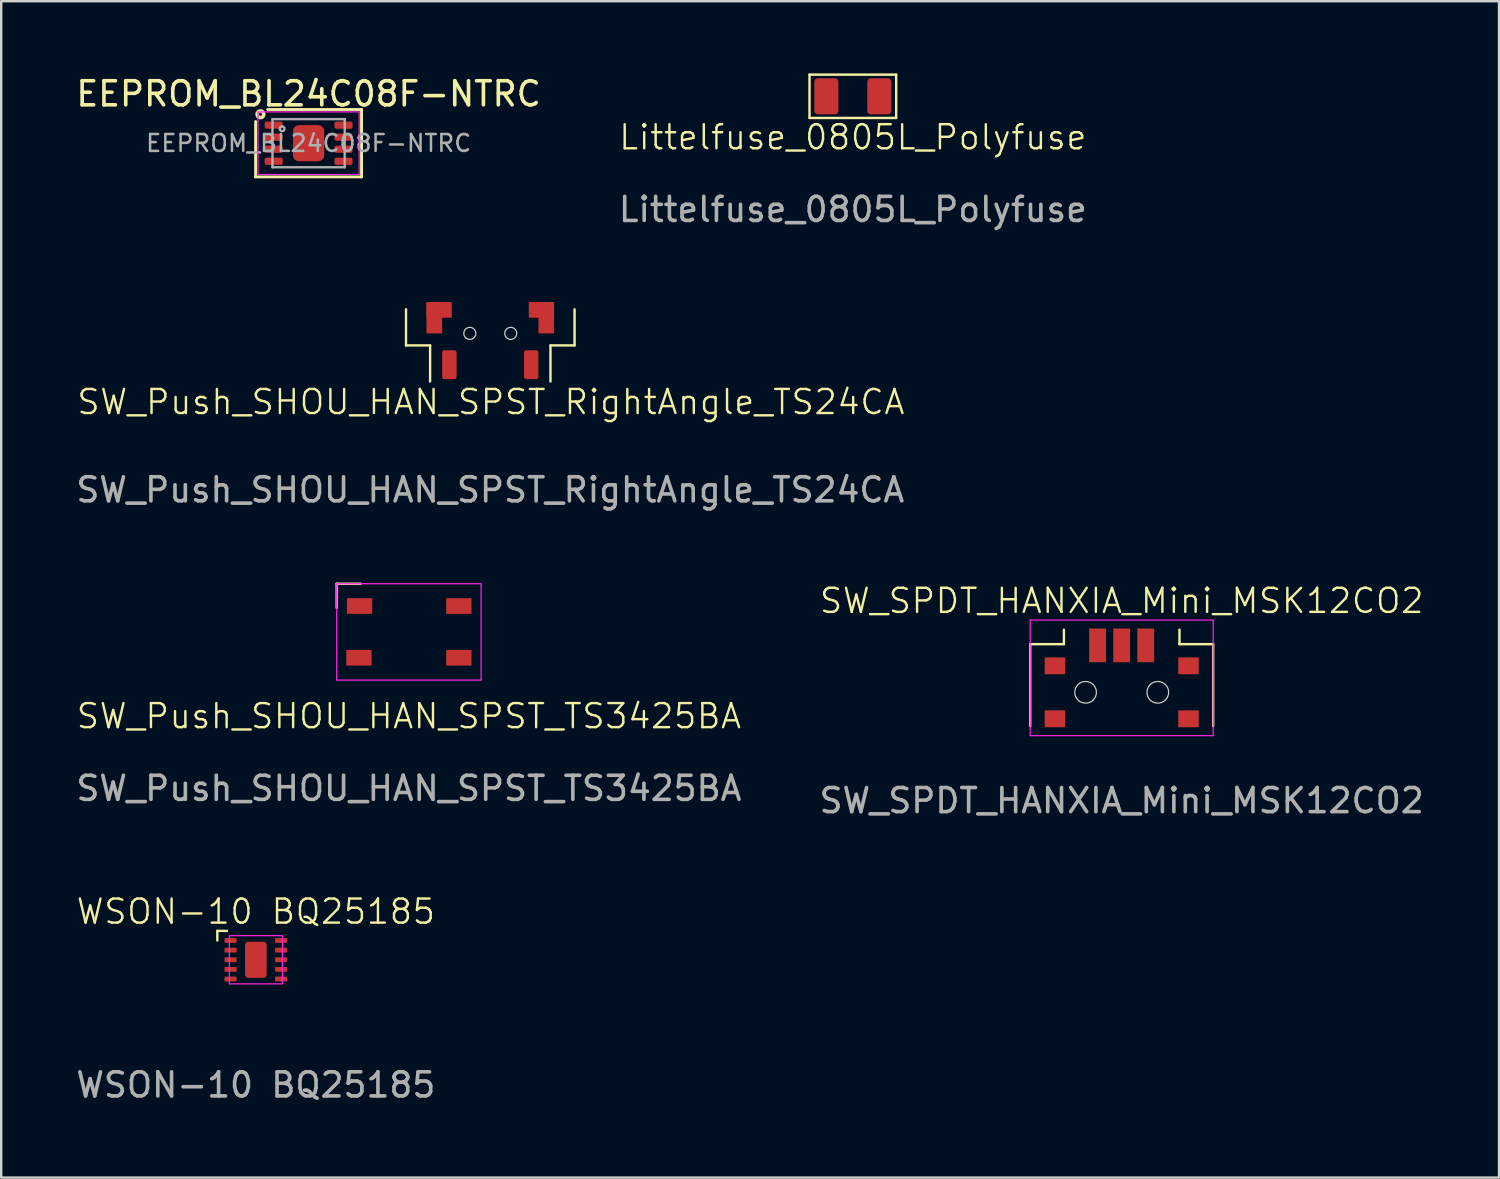
<source format=kicad_pcb>
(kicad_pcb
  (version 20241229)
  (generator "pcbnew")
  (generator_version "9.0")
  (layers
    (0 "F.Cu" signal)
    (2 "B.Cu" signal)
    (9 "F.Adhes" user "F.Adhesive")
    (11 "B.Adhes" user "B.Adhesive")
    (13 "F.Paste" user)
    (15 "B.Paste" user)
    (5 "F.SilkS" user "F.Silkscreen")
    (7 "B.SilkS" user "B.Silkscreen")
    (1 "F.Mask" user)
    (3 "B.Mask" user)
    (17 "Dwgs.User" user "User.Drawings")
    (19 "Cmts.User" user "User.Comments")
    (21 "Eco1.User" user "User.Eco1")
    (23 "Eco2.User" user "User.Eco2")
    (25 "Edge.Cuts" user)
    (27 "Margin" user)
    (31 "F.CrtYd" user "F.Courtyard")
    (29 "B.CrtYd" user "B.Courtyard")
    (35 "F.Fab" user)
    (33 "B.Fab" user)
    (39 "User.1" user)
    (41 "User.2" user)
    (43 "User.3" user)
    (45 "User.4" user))
  (footprint "EEPROM_BL24C08F-NTRC"
    (layer "F.Cu")
    (at 9.768 2.898)
    (property "Reference" "EEPROM_BL24C08F-NTRC" (at 0 -2.05 0) (layer "F.SilkS") (effects (font (size 1 1) (thickness 0.15))))
    (attr smd)
    (fp_line (start -2.2 1.4) (end -2.2 -0.9) (stroke (width 0.12) (type solid)) (layer "F.SilkS"))
    (fp_line (start -1.7 -1.4) (end 2.2 -1.4) (stroke (width 0.12) (type solid)) (layer "F.SilkS"))
    (fp_line (start 2.2 -1.4) (end 2.2 1.4) (stroke (width 0.12) (type solid)) (layer "F.SilkS"))
    (fp_line (start 2.2 1.4) (end -2.2 1.4) (stroke (width 0.12) (type solid)) (layer "F.SilkS"))
    (fp_circle (center -2 -1.2) (end -1.937 -1.2) (stroke (width 0.15) (type solid)) (fill no) (layer "F.SilkS"))
    (fp_line (start -2.1 -1.3) (end -2.1 1.3) (stroke (width 0.05) (type solid)) (layer "F.CrtYd"))
    (fp_line (start -2.1 -1.3) (end 2.1 -1.3) (stroke (width 0.05) (type solid)) (layer "F.CrtYd"))
    (fp_line (start -2.1 1.3) (end 2.1 1.3) (stroke (width 0.05) (type solid)) (layer "F.CrtYd"))
    (fp_line (start 2.1 -1.3) (end 2.1 1.3) (stroke (width 0.05) (type solid)) (layer "F.CrtYd"))
    (fp_line (start -1.5 -1) (end 1.5 -1) (stroke (width 0.1) (type solid)) (layer "F.Fab"))
    (fp_line (start -1.5 1) (end -1.5 -1) (stroke (width 0.1) (type solid)) (layer "F.Fab"))
    (fp_line (start 1.5 -1) (end 1.5 1) (stroke (width 0.1) (type solid)) (layer "F.Fab"))
    (fp_line (start 1.5 1) (end -1.5 1) (stroke (width 0.1) (type solid)) (layer "F.Fab"))
    (fp_circle (center -1.1 -0.6) (end -1 -0.6) (stroke (width 0.1) (type solid)) (fill no) (layer "F.Fab"))
    (fp_text user "${REFERENCE}" (at 0 0 0) (layer "F.Fab") (effects (font (size 0.7 0.7) (thickness 0.105))))
    (pad "" smd roundrect (at -0.325 -0.375) (size 0.5 0.6) (layers "F.Paste") (roundrect_rratio 0.25))
    (pad "" smd roundrect (at -0.325 0.375) (size 0.5 0.6) (layers "F.Paste") (roundrect_rratio 0.25))
    (pad "" smd roundrect (at 0.325 -0.375) (size 0.5 0.6) (layers "F.Paste") (roundrect_rratio 0.25))
    (pad "" smd roundrect (at 0.325 0.375) (size 0.5 0.6) (layers "F.Paste") (roundrect_rratio 0.25))
    (pad "1" smd roundrect (at -1.45 -0.75) (size 0.75 0.3) (layers "F.Cu" "F.Mask" "F.Paste") (roundrect_rratio 0.25))
    (pad "2" smd roundrect (at -1.45 -0.25) (size 0.75 0.3) (layers "F.Cu" "F.Mask" "F.Paste") (roundrect_rratio 0.25))
    (pad "3" smd roundrect (at -1.45 0.25) (size 0.75 0.3) (layers "F.Cu" "F.Mask" "F.Paste") (roundrect_rratio 0.25))
    (pad "4" smd roundrect (at -1.45 0.75) (size 0.75 0.3) (layers "F.Cu" "F.Mask" "F.Paste") (roundrect_rratio 0.25))
    (pad "4" smd roundrect (at 0 0) (size 1.3 1.5) (layers "F.Cu" "F.Mask") (roundrect_rratio 0.192))
    (pad "5" smd roundrect (at 1.45 0.75) (size 0.75 0.3) (layers "F.Cu" "F.Mask" "F.Paste") (roundrect_rratio 0.25))
    (pad "6" smd roundrect (at 1.45 0.25) (size 0.75 0.3) (layers "F.Cu" "F.Mask" "F.Paste") (roundrect_rratio 0.25))
    (pad "7" smd roundrect (at 1.45 -0.25) (size 0.75 0.3) (layers "F.Cu" "F.Mask" "F.Paste") (roundrect_rratio 0.25))
    (pad "8" smd roundrect (at 1.45 -0.75) (size 0.75 0.3) (layers "F.Cu" "F.Mask" "F.Paste") (roundrect_rratio 0.25)))
  (footprint "SW_SPDT_HANXIA_Mini_MSK12CO2"
    (layer "F.Cu")
    (at 43.542 25.707)
    (property "Reference" "SW_SPDT_HANXIA_Mini_MSK12CO2" (at 0 -3.8 0) (unlocked yes) (layer "F.SilkS") (effects (font (size 1 1) (thickness 0.1))))
    (attr smd)
    (fp_line (start -3.8 -2) (end -2.4 -2) (stroke (width 0.1) (type default)) (layer "F.SilkS"))
    (fp_line (start -3.8 1.4) (end -3.8 -2) (stroke (width 0.1) (type default)) (layer "F.SilkS"))
    (fp_line (start -2.4 -2) (end -2.4 -2.6) (stroke (width 0.1) (type default)) (layer "F.SilkS"))
    (fp_line (start 2.4 -2) (end 2.4 -2.6) (stroke (width 0.1) (type default)) (layer "F.SilkS"))
    (fp_line (start 3.8 -2) (end 2.4 -2) (stroke (width 0.1) (type default)) (layer "F.SilkS"))
    (fp_line (start 3.8 1.4) (end 3.8 -2) (stroke (width 0.1) (type default)) (layer "F.SilkS"))
    (fp_circle (center -1.5 0) (end -1.05 0) (stroke (width 0.05) (type solid)) (fill no) (layer "Edge.Cuts"))
    (fp_circle (center 1.5 0) (end 1.95 0) (stroke (width 0.05) (type solid)) (fill no) (layer "Edge.Cuts"))
    (fp_line (start -3.8 -3) (end -3.8 1.8) (stroke (width 0.05) (type default)) (layer "F.CrtYd"))
    (fp_line (start -3.8 1.8) (end 3.8 1.8) (stroke (width 0.05) (type default)) (layer "F.CrtYd"))
    (fp_line (start 3.8 -3) (end -3.8 -3) (stroke (width 0.05) (type default)) (layer "F.CrtYd"))
    (fp_line (start 3.8 1.8) (end 3.8 -3) (stroke (width 0.05) (type default)) (layer "F.CrtYd"))
    (fp_text user "${REFERENCE}" (at 0 4.5 0) (unlocked yes) (layer "F.Fab") (effects (font (size 1 1) (thickness 0.15))))
    (pad "1" smd rect (at -1 -1.95) (size 0.7 1.4) (layers "F.Cu" "F.Mask" "F.Paste"))
    (pad "2" smd rect (at 0 -1.95) (size 0.7 1.4) (layers "F.Cu" "F.Mask" "F.Paste"))
    (pad "3" smd rect (at 1 -1.95) (size 0.7 1.4) (layers "F.Cu" "F.Mask" "F.Paste"))
    (pad "4" smd rect (at -2.775 -1.1) (size 0.85 0.7) (layers "F.Cu" "F.Mask" "F.Paste"))
    (pad "5" smd rect (at -2.775 1.1) (size 0.85 0.7) (layers "F.Cu" "F.Mask" "F.Paste"))
    (pad "6" smd rect (at 2.775 -1.1) (size 0.85 0.7) (layers "F.Cu" "F.Mask" "F.Paste"))
    (pad "7" smd rect (at 2.775 1.1) (size 0.85 0.7) (layers "F.Cu" "F.Mask" "F.Paste")))
  (footprint "WSON-10 BQ25185"
    (layer "F.Cu")
    (at 7.577 36.816)
    (property "Reference" "WSON-10 BQ25185" (at 0 -2 0) (unlocked yes) (layer "F.SilkS") (effects (font (size 1 1) (thickness 0.1))))
    (attr smd)
    (fp_line (start -1.6 -1.2) (end -1.2 -1.2) (stroke (width 0.1) (type default)) (layer "F.SilkS"))
    (fp_line (start -1.6 -0.8) (end -1.6 -1.2) (stroke (width 0.1) (type default)) (layer "F.SilkS"))
    (fp_line (start -1.1 -1) (end -1.1 1) (stroke (width 0.05) (type default)) (layer "F.CrtYd"))
    (fp_line (start -1.1 1) (end 1.1 1) (stroke (width 0.05) (type default)) (layer "F.CrtYd"))
    (fp_line (start 1.1 -1) (end -1.1 -1) (stroke (width 0.05) (type default)) (layer "F.CrtYd"))
    (fp_line (start 1.1 1) (end 1.1 -1) (stroke (width 0.05) (type default)) (layer "F.CrtYd"))
    (fp_text user "${REFERENCE}" (at 0 5.2 0) (unlocked yes) (layer "F.Fab") (effects (font (size 1 1) (thickness 0.15))))
    (pad "1" smd roundrect (at -1.05 -0.8) (size 0.5 0.2) (layers "F.Cu" "F.Mask" "F.Paste") (roundrect_rratio 0.15))
    (pad "2" smd roundrect (at -1.05 -0.4) (size 0.5 0.2) (layers "F.Cu" "F.Mask" "F.Paste") (roundrect_rratio 0.15))
    (pad "3" smd roundrect (at -1.05 0) (size 0.5 0.2) (layers "F.Cu" "F.Mask" "F.Paste") (roundrect_rratio 0.15))
    (pad "4" smd roundrect (at -1.05 0.4) (size 0.5 0.2) (layers "F.Cu" "F.Mask" "F.Paste") (roundrect_rratio 0.15))
    (pad "5" smd roundrect (at -1.05 0.8) (size 0.5 0.2) (layers "F.Cu" "F.Mask" "F.Paste") (roundrect_rratio 0.15))
    (pad "6" smd roundrect (at 1.05 0.8) (size 0.5 0.2) (layers "F.Cu" "F.Mask" "F.Paste") (roundrect_rratio 0.15))
    (pad "7" smd roundrect (at 1.05 0.4) (size 0.5 0.2) (layers "F.Cu" "F.Mask" "F.Paste") (roundrect_rratio 0.15))
    (pad "8" smd roundrect (at 1.05 0) (size 0.5 0.2) (layers "F.Cu" "F.Mask" "F.Paste") (roundrect_rratio 0.15))
    (pad "9" smd roundrect (at 1.05 -0.4) (size 0.5 0.2) (layers "F.Cu" "F.Mask" "F.Paste") (roundrect_rratio 0.15))
    (pad "10" smd roundrect (at 1.05 -0.8) (size 0.5 0.2) (layers "F.Cu" "F.Mask" "F.Paste") (roundrect_rratio 0.15))
    (pad "11" smd roundrect (at 0 0) (size 0.9 1.5) (layers "F.Cu" "F.Mask" "F.Paste") (roundrect_rratio 0.15)))
  (footprint "SW_Push_SHOU_HAN_SPST_TS3425BA"
    (layer "F.Cu")
    (at 13.935 23.197)
    (property "Reference" "SW_Push_SHOU_HAN_SPST_TS3425BA" (at 0 3.5 0) (unlocked yes) (layer "F.SilkS") (effects (font (size 1 1) (thickness 0.1))))
    (attr smd)
    (fp_line (start -3 -2) (end -2 -2) (stroke (width 0.1) (type default)) (layer "F.SilkS"))
    (fp_line (start -3 -1) (end -3 -2) (stroke (width 0.1) (type default)) (layer "F.SilkS"))
    (fp_line (start -3 -2) (end -3 2) (stroke (width 0.05) (type default)) (layer "F.CrtYd"))
    (fp_line (start -3 2) (end 3 2) (stroke (width 0.05) (type default)) (layer "F.CrtYd"))
    (fp_line (start 3 -2) (end -3 -2) (stroke (width 0.05) (type default)) (layer "F.CrtYd"))
    (fp_line (start 3 2) (end 3 -2) (stroke (width 0.05) (type default)) (layer "F.CrtYd"))
    (fp_text user "${REFERENCE}" (at 0 6.5 0) (unlocked yes) (layer "F.Fab") (effects (font (size 1 1) (thickness 0.15))))
    (pad "1" smd rect (at -2.05 -1.075) (size 1.05 0.65) (layers "F.Cu" "F.Mask" "F.Paste"))
    (pad "2" smd rect (at 2.075 -1.075) (size 1.05 0.65) (layers "F.Cu" "F.Mask" "F.Paste"))
    (pad "3" smd rect (at -2.075 1.075) (size 1.05 0.65) (layers "F.Cu" "F.Mask" "F.Paste"))
    (pad "4" smd rect (at 2.075 1.075) (size 1.05 0.65) (layers "F.Cu" "F.Mask" "F.Paste")))
  (footprint "SW_Push_SHOU_HAN_SPST_RightAngle_TS24CA"
    (layer "F.Cu")
    (at 17.315 10.798)
    (property "Reference" "SW_Push_SHOU_HAN_SPST_RightAngle_TS24CA" (at 0.025 2.85 0) (unlocked yes) (layer "F.SilkS") (effects (font (size 1 1) (thickness 0.1))))
    (attr smd)
    (fp_line (start -3.5 -1) (end -3.5 0.5) (stroke (width 0.1) (type default)) (layer "F.SilkS"))
    (fp_line (start -3.5 0.5) (end -2.5 0.5) (stroke (width 0.1) (type default)) (layer "F.SilkS"))
    (fp_line (start -2.5 0.5) (end -2.5 2) (stroke (width 0.1) (type default)) (layer "F.SilkS"))
    (fp_line (start 2.5 0.5) (end 2.5 2) (stroke (width 0.1) (type default)) (layer "F.SilkS"))
    (fp_line (start 3.5 -1) (end 3.5 0.5) (stroke (width 0.1) (type default)) (layer "F.SilkS"))
    (fp_line (start 3.5 0.5) (end 2.5 0.5) (stroke (width 0.1) (type default)) (layer "F.SilkS"))
    (fp_circle (center -0.85 0) (end -0.6 0) (stroke (width 0.05) (type solid)) (fill no) (layer "Edge.Cuts"))
    (fp_circle (center 0.85 0) (end 1.1 0) (stroke (width 0.05) (type solid)) (fill no) (layer "Edge.Cuts"))
    (fp_text user "${REFERENCE}" (at 0 6.5 0) (unlocked yes) (layer "F.Fab") (effects (font (size 1 1) (thickness 0.15))))
    (pad "1" smd roundrect (at -1.7 1.3) (size 0.6 1.2) (layers "F.Cu" "F.Mask" "F.Paste") (roundrect_rratio 0.15))
    (pad "2" smd roundrect (at 1.7 1.3) (size 0.6 1.2) (layers "F.Cu" "F.Mask" "F.Paste") (roundrect_rratio 0.15))
    (pad "3" smd rect (at -2.325 -0.65) (size 0.65 1.3) (layers "F.Cu" "F.Mask" "F.Paste"))
    (pad "3" smd rect (at -2.125 -0.975) (size 1.05 0.65) (layers "F.Cu" "F.Mask" "F.Paste"))
    (pad "4" smd rect (at 2.125 -0.975) (size 1.05 0.65) (layers "F.Cu" "F.Mask" "F.Paste"))
    (pad "4" smd rect (at 2.325 -0.65) (size 0.65 1.3) (layers "F.Cu" "F.Mask" "F.Paste")))
  (footprint "Littelfuse_0805L_Polyfuse"
    (layer "F.Cu")
    (at 32.375 0.95)
    (property "Reference" "Littelfuse_0805L_Polyfuse" (at 0 1.7 0) (unlocked yes) (layer "F.SilkS") (effects (font (size 1 1) (thickness 0.1))))
    (fp_line (start -1.8 -0.9) (end 1.8 -0.9) (stroke (width 0.1) (type default)) (layer "F.SilkS"))
    (fp_line (start -1.8 0.9) (end -1.8 -0.9) (stroke (width 0.1) (type default)) (layer "F.SilkS"))
    (fp_line (start 1.8 -0.9) (end 1.8 0.9) (stroke (width 0.1) (type default)) (layer "F.SilkS"))
    (fp_line (start 1.8 0.9) (end -1.8 0.9) (stroke (width 0.1) (type default)) (layer "F.SilkS"))
    (fp_text user "${REFERENCE}" (at 0 4.7 0) (unlocked yes) (layer "F.Fab") (effects (font (size 1 1) (thickness 0.15))))
    (pad "1" smd roundrect (at -1.1 0) (size 1 1.5) (layers "F.Cu" "F.Mask" "F.Paste") (roundrect_rratio 0.15))
    (pad "2" smd roundrect (at 1.1 0) (size 1 1.5) (layers "F.Cu" "F.Mask" "F.Paste") (roundrect_rratio 0.15)))
  (gr_rect
    (start -3 -3)
    (end 59.214 45.864)
    (stroke (width 0.1) (type default))
    (fill no)
    (layer "Edge.Cuts")))
</source>
